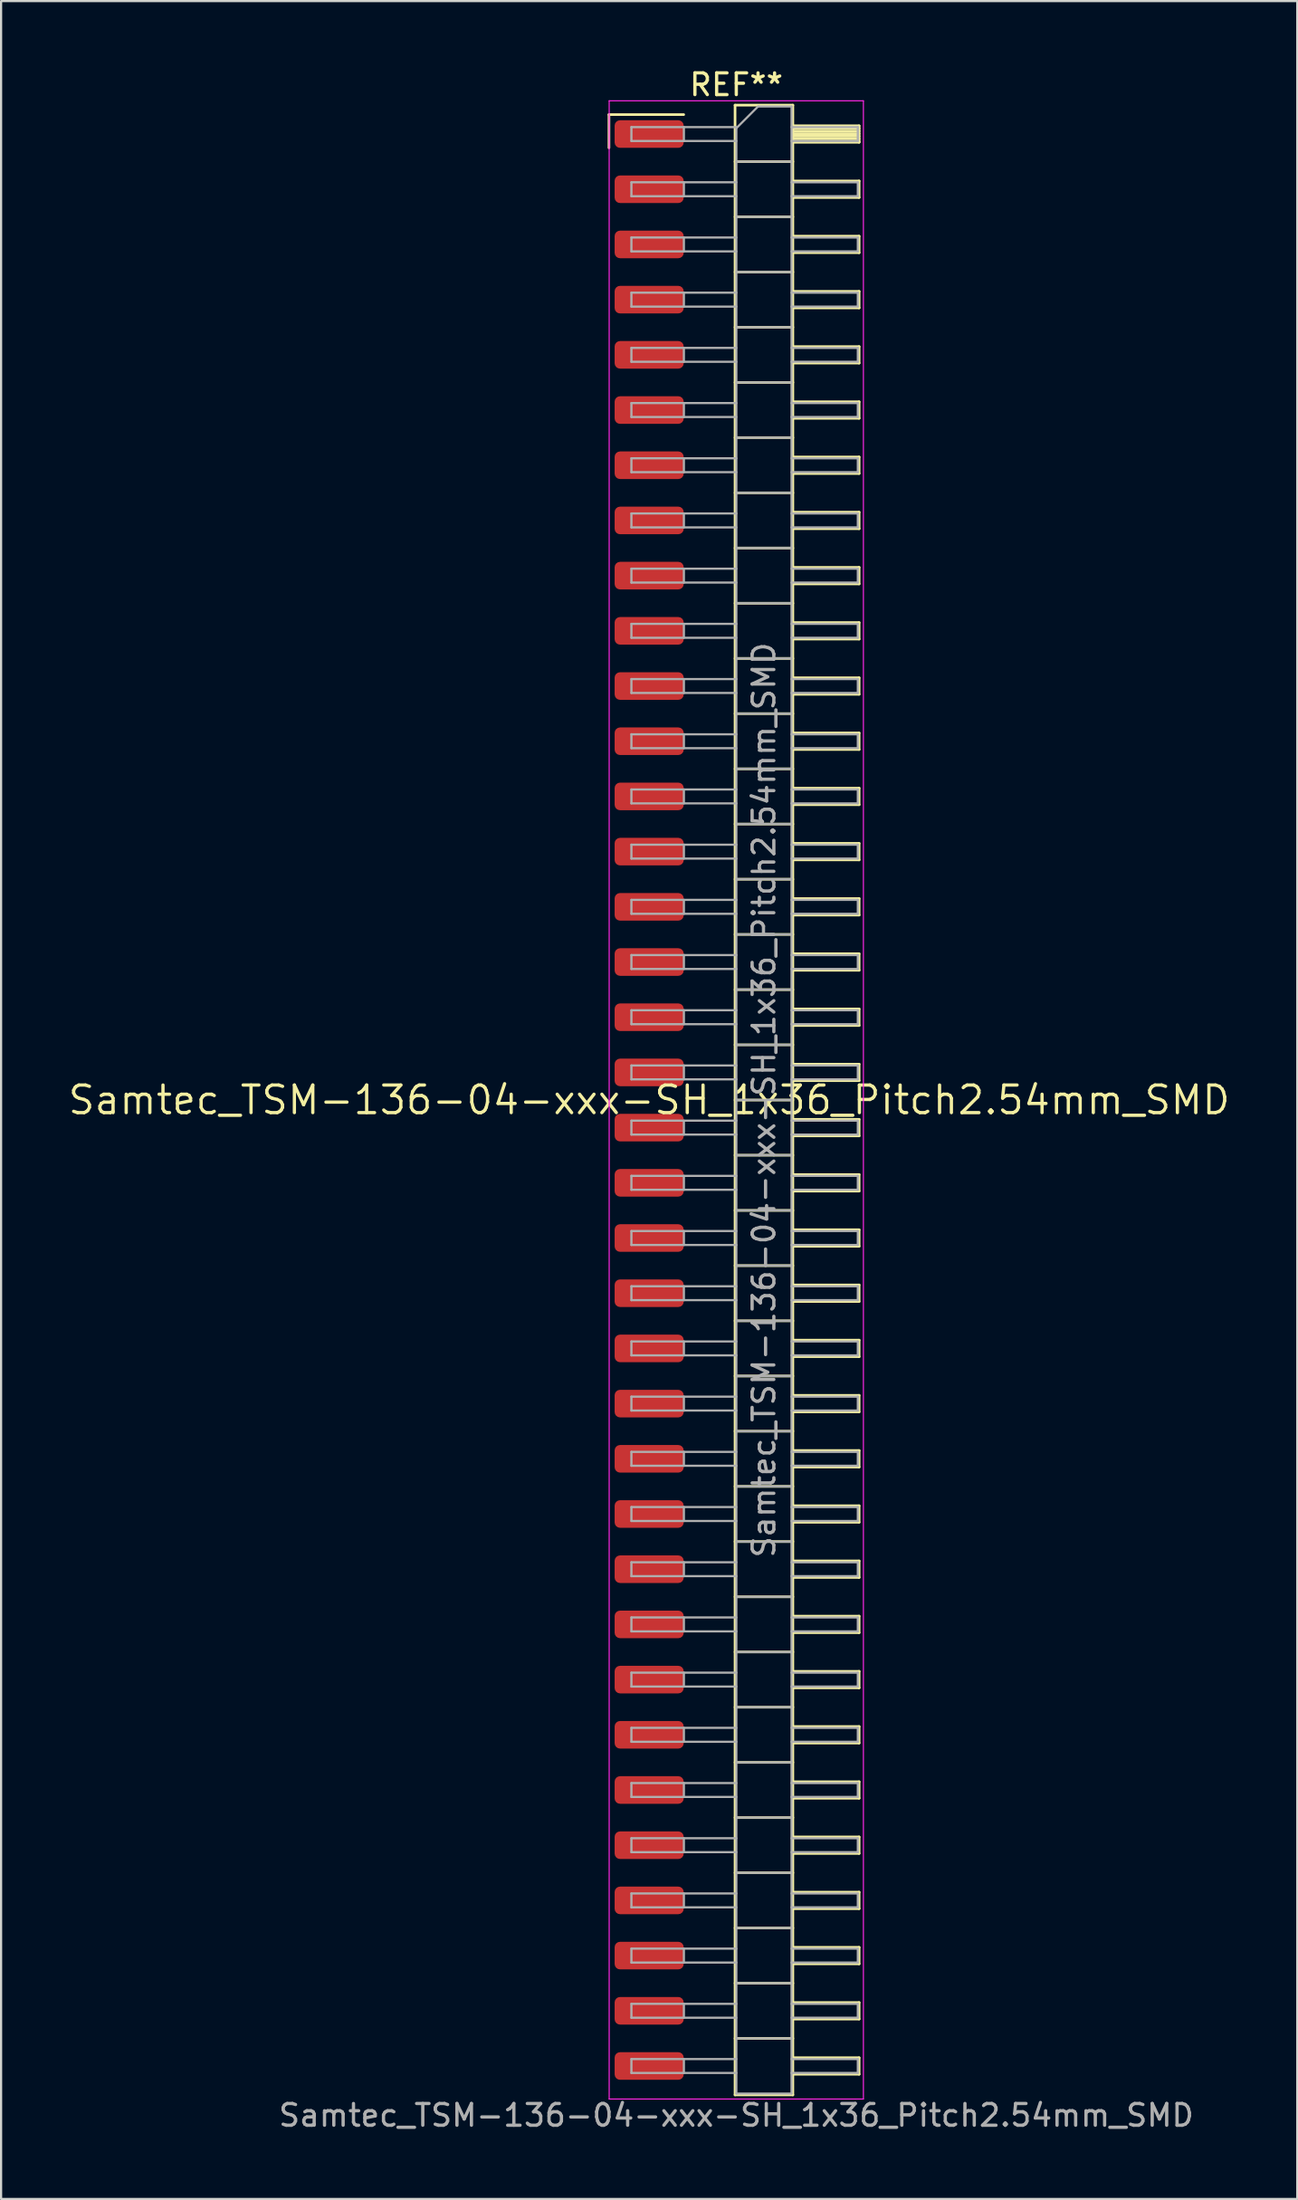
<source format=kicad_pcb>
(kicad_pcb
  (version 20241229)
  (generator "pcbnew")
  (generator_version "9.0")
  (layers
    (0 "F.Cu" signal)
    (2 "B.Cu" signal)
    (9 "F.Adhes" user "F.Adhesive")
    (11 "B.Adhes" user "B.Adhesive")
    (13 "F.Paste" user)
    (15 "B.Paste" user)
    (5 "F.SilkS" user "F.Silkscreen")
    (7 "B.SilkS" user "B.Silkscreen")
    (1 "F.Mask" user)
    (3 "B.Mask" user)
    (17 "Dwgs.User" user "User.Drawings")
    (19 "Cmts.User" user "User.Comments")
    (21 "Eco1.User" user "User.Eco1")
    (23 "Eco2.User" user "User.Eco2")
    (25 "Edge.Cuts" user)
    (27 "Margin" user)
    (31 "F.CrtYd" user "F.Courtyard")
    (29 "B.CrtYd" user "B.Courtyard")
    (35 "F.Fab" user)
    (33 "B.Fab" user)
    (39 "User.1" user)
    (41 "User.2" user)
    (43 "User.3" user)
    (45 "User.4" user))
  (footprint "Samtec_TSM-136-04-xxx-SH_1x36_Pitch2.54mm_SMD"
    (layer "F.Cu")
    (at 26.828 47.568)
    (property "Reference" "Samtec_TSM-136-04-xxx-SH_1x36_Pitch2.54mm_SMD" (at 0 0 0) (layer "F.SilkS") (effects (font (size 1.27 1.27) (thickness 0.15))))
    (attr smd)
    (fp_line (start -1.85 -45.345) (end 1.59 -45.345) (stroke (width 0.12) (type solid)) (layer "F.SilkS"))
    (fp_line (start -1.85 -43.815) (end -1.85 -45.345) (stroke (width 0.12) (type solid)) (layer "F.SilkS"))
    (fp_line (start 3.953 -45.78) (end 6.613 -45.78) (stroke (width 0.12) (type solid)) (layer "F.SilkS"))
    (fp_line (start 3.953 -43.18) (end 6.613 -43.18) (stroke (width 0.12) (type solid)) (layer "F.SilkS"))
    (fp_line (start 3.953 -40.64) (end 6.613 -40.64) (stroke (width 0.12) (type solid)) (layer "F.SilkS"))
    (fp_line (start 3.953 -38.1) (end 6.613 -38.1) (stroke (width 0.12) (type solid)) (layer "F.SilkS"))
    (fp_line (start 3.953 -35.56) (end 6.613 -35.56) (stroke (width 0.12) (type solid)) (layer "F.SilkS"))
    (fp_line (start 3.953 -33.02) (end 6.613 -33.02) (stroke (width 0.12) (type solid)) (layer "F.SilkS"))
    (fp_line (start 3.953 -30.48) (end 6.613 -30.48) (stroke (width 0.12) (type solid)) (layer "F.SilkS"))
    (fp_line (start 3.953 -27.94) (end 6.613 -27.94) (stroke (width 0.12) (type solid)) (layer "F.SilkS"))
    (fp_line (start 3.953 -25.4) (end 6.613 -25.4) (stroke (width 0.12) (type solid)) (layer "F.SilkS"))
    (fp_line (start 3.953 -22.86) (end 6.613 -22.86) (stroke (width 0.12) (type solid)) (layer "F.SilkS"))
    (fp_line (start 3.953 -20.32) (end 6.613 -20.32) (stroke (width 0.12) (type solid)) (layer "F.SilkS"))
    (fp_line (start 3.953 -17.78) (end 6.613 -17.78) (stroke (width 0.12) (type solid)) (layer "F.SilkS"))
    (fp_line (start 3.953 -15.24) (end 6.613 -15.24) (stroke (width 0.12) (type solid)) (layer "F.SilkS"))
    (fp_line (start 3.953 -12.7) (end 6.613 -12.7) (stroke (width 0.12) (type solid)) (layer "F.SilkS"))
    (fp_line (start 3.953 -10.16) (end 6.613 -10.16) (stroke (width 0.12) (type solid)) (layer "F.SilkS"))
    (fp_line (start 3.953 -7.62) (end 6.613 -7.62) (stroke (width 0.12) (type solid)) (layer "F.SilkS"))
    (fp_line (start 3.953 -5.08) (end 6.613 -5.08) (stroke (width 0.12) (type solid)) (layer "F.SilkS"))
    (fp_line (start 3.953 -2.54) (end 6.613 -2.54) (stroke (width 0.12) (type solid)) (layer "F.SilkS"))
    (fp_line (start 3.953 0) (end 6.613 0) (stroke (width 0.12) (type solid)) (layer "F.SilkS"))
    (fp_line (start 3.953 2.54) (end 6.613 2.54) (stroke (width 0.12) (type solid)) (layer "F.SilkS"))
    (fp_line (start 3.953 5.08) (end 6.613 5.08) (stroke (width 0.12) (type solid)) (layer "F.SilkS"))
    (fp_line (start 3.953 7.62) (end 6.613 7.62) (stroke (width 0.12) (type solid)) (layer "F.SilkS"))
    (fp_line (start 3.953 10.16) (end 6.613 10.16) (stroke (width 0.12) (type solid)) (layer "F.SilkS"))
    (fp_line (start 3.953 12.7) (end 6.613 12.7) (stroke (width 0.12) (type solid)) (layer "F.SilkS"))
    (fp_line (start 3.953 15.24) (end 6.613 15.24) (stroke (width 0.12) (type solid)) (layer "F.SilkS"))
    (fp_line (start 3.953 17.78) (end 6.613 17.78) (stroke (width 0.12) (type solid)) (layer "F.SilkS"))
    (fp_line (start 3.953 20.32) (end 6.613 20.32) (stroke (width 0.12) (type solid)) (layer "F.SilkS"))
    (fp_line (start 3.953 22.86) (end 6.613 22.86) (stroke (width 0.12) (type solid)) (layer "F.SilkS"))
    (fp_line (start 3.953 25.4) (end 6.613 25.4) (stroke (width 0.12) (type solid)) (layer "F.SilkS"))
    (fp_line (start 3.953 27.94) (end 6.613 27.94) (stroke (width 0.12) (type solid)) (layer "F.SilkS"))
    (fp_line (start 3.953 30.48) (end 6.613 30.48) (stroke (width 0.12) (type solid)) (layer "F.SilkS"))
    (fp_line (start 3.953 33.02) (end 6.613 33.02) (stroke (width 0.12) (type solid)) (layer "F.SilkS"))
    (fp_line (start 3.953 35.56) (end 6.613 35.56) (stroke (width 0.12) (type solid)) (layer "F.SilkS"))
    (fp_line (start 3.953 38.1) (end 6.613 38.1) (stroke (width 0.12) (type solid)) (layer "F.SilkS"))
    (fp_line (start 3.953 40.64) (end 6.613 40.64) (stroke (width 0.12) (type solid)) (layer "F.SilkS"))
    (fp_line (start 3.953 43.18) (end 6.613 43.18) (stroke (width 0.12) (type solid)) (layer "F.SilkS"))
    (fp_line (start 3.953 45.78) (end 3.953 -45.78) (stroke (width 0.12) (type solid)) (layer "F.SilkS"))
    (fp_line (start 6.613 -45.78) (end 6.613 45.78) (stroke (width 0.12) (type solid)) (layer "F.SilkS"))
    (fp_line (start 6.613 -44.83) (end 9.663 -44.83) (stroke (width 0.12) (type solid)) (layer "F.SilkS"))
    (fp_line (start 6.613 -44.71) (end 9.663 -44.71) (stroke (width 0.12) (type solid)) (layer "F.SilkS"))
    (fp_line (start 6.613 -44.59) (end 9.663 -44.59) (stroke (width 0.12) (type solid)) (layer "F.SilkS"))
    (fp_line (start 6.613 -44.47) (end 9.663 -44.47) (stroke (width 0.12) (type solid)) (layer "F.SilkS"))
    (fp_line (start 6.613 -44.35) (end 9.663 -44.35) (stroke (width 0.12) (type solid)) (layer "F.SilkS"))
    (fp_line (start 6.613 -44.23) (end 9.663 -44.23) (stroke (width 0.12) (type solid)) (layer "F.SilkS"))
    (fp_line (start 6.613 -44.11) (end 9.663 -44.11) (stroke (width 0.12) (type solid)) (layer "F.SilkS"))
    (fp_line (start 6.613 -44.07) (end 9.663 -44.07) (stroke (width 0.12) (type solid)) (layer "F.SilkS"))
    (fp_line (start 6.613 -42.29) (end 9.663 -42.29) (stroke (width 0.12) (type solid)) (layer "F.SilkS"))
    (fp_line (start 6.613 -41.53) (end 9.663 -41.53) (stroke (width 0.12) (type solid)) (layer "F.SilkS"))
    (fp_line (start 6.613 -39.75) (end 9.663 -39.75) (stroke (width 0.12) (type solid)) (layer "F.SilkS"))
    (fp_line (start 6.613 -38.99) (end 9.663 -38.99) (stroke (width 0.12) (type solid)) (layer "F.SilkS"))
    (fp_line (start 6.613 -37.21) (end 9.663 -37.21) (stroke (width 0.12) (type solid)) (layer "F.SilkS"))
    (fp_line (start 6.613 -36.45) (end 9.663 -36.45) (stroke (width 0.12) (type solid)) (layer "F.SilkS"))
    (fp_line (start 6.613 -34.67) (end 9.663 -34.67) (stroke (width 0.12) (type solid)) (layer "F.SilkS"))
    (fp_line (start 6.613 -33.91) (end 9.663 -33.91) (stroke (width 0.12) (type solid)) (layer "F.SilkS"))
    (fp_line (start 6.613 -32.13) (end 9.663 -32.13) (stroke (width 0.12) (type solid)) (layer "F.SilkS"))
    (fp_line (start 6.613 -31.37) (end 9.663 -31.37) (stroke (width 0.12) (type solid)) (layer "F.SilkS"))
    (fp_line (start 6.613 -29.59) (end 9.663 -29.59) (stroke (width 0.12) (type solid)) (layer "F.SilkS"))
    (fp_line (start 6.613 -28.83) (end 9.663 -28.83) (stroke (width 0.12) (type solid)) (layer "F.SilkS"))
    (fp_line (start 6.613 -27.05) (end 9.663 -27.05) (stroke (width 0.12) (type solid)) (layer "F.SilkS"))
    (fp_line (start 6.613 -26.29) (end 9.663 -26.29) (stroke (width 0.12) (type solid)) (layer "F.SilkS"))
    (fp_line (start 6.613 -24.51) (end 9.663 -24.51) (stroke (width 0.12) (type solid)) (layer "F.SilkS"))
    (fp_line (start 6.613 -23.75) (end 9.663 -23.75) (stroke (width 0.12) (type solid)) (layer "F.SilkS"))
    (fp_line (start 6.613 -21.97) (end 9.663 -21.97) (stroke (width 0.12) (type solid)) (layer "F.SilkS"))
    (fp_line (start 6.613 -21.21) (end 9.663 -21.21) (stroke (width 0.12) (type solid)) (layer "F.SilkS"))
    (fp_line (start 6.613 -19.43) (end 9.663 -19.43) (stroke (width 0.12) (type solid)) (layer "F.SilkS"))
    (fp_line (start 6.613 -18.67) (end 9.663 -18.67) (stroke (width 0.12) (type solid)) (layer "F.SilkS"))
    (fp_line (start 6.613 -16.89) (end 9.663 -16.89) (stroke (width 0.12) (type solid)) (layer "F.SilkS"))
    (fp_line (start 6.613 -16.13) (end 9.663 -16.13) (stroke (width 0.12) (type solid)) (layer "F.SilkS"))
    (fp_line (start 6.613 -14.35) (end 9.663 -14.35) (stroke (width 0.12) (type solid)) (layer "F.SilkS"))
    (fp_line (start 6.613 -13.59) (end 9.663 -13.59) (stroke (width 0.12) (type solid)) (layer "F.SilkS"))
    (fp_line (start 6.613 -11.81) (end 9.663 -11.81) (stroke (width 0.12) (type solid)) (layer "F.SilkS"))
    (fp_line (start 6.613 -11.05) (end 9.663 -11.05) (stroke (width 0.12) (type solid)) (layer "F.SilkS"))
    (fp_line (start 6.613 -9.27) (end 9.663 -9.27) (stroke (width 0.12) (type solid)) (layer "F.SilkS"))
    (fp_line (start 6.613 -8.51) (end 9.663 -8.51) (stroke (width 0.12) (type solid)) (layer "F.SilkS"))
    (fp_line (start 6.613 -6.73) (end 9.663 -6.73) (stroke (width 0.12) (type solid)) (layer "F.SilkS"))
    (fp_line (start 6.613 -5.97) (end 9.663 -5.97) (stroke (width 0.12) (type solid)) (layer "F.SilkS"))
    (fp_line (start 6.613 -4.19) (end 9.663 -4.19) (stroke (width 0.12) (type solid)) (layer "F.SilkS"))
    (fp_line (start 6.613 -3.43) (end 9.663 -3.43) (stroke (width 0.12) (type solid)) (layer "F.SilkS"))
    (fp_line (start 6.613 -1.65) (end 9.663 -1.65) (stroke (width 0.12) (type solid)) (layer "F.SilkS"))
    (fp_line (start 6.613 -0.89) (end 9.663 -0.89) (stroke (width 0.12) (type solid)) (layer "F.SilkS"))
    (fp_line (start 6.613 0.89) (end 9.663 0.89) (stroke (width 0.12) (type solid)) (layer "F.SilkS"))
    (fp_line (start 6.613 1.65) (end 9.663 1.65) (stroke (width 0.12) (type solid)) (layer "F.SilkS"))
    (fp_line (start 6.613 3.43) (end 9.663 3.43) (stroke (width 0.12) (type solid)) (layer "F.SilkS"))
    (fp_line (start 6.613 4.19) (end 9.663 4.19) (stroke (width 0.12) (type solid)) (layer "F.SilkS"))
    (fp_line (start 6.613 5.97) (end 9.663 5.97) (stroke (width 0.12) (type solid)) (layer "F.SilkS"))
    (fp_line (start 6.613 6.73) (end 9.663 6.73) (stroke (width 0.12) (type solid)) (layer "F.SilkS"))
    (fp_line (start 6.613 8.51) (end 9.663 8.51) (stroke (width 0.12) (type solid)) (layer "F.SilkS"))
    (fp_line (start 6.613 9.27) (end 9.663 9.27) (stroke (width 0.12) (type solid)) (layer "F.SilkS"))
    (fp_line (start 6.613 11.05) (end 9.663 11.05) (stroke (width 0.12) (type solid)) (layer "F.SilkS"))
    (fp_line (start 6.613 11.81) (end 9.663 11.81) (stroke (width 0.12) (type solid)) (layer "F.SilkS"))
    (fp_line (start 6.613 13.59) (end 9.663 13.59) (stroke (width 0.12) (type solid)) (layer "F.SilkS"))
    (fp_line (start 6.613 14.35) (end 9.663 14.35) (stroke (width 0.12) (type solid)) (layer "F.SilkS"))
    (fp_line (start 6.613 16.13) (end 9.663 16.13) (stroke (width 0.12) (type solid)) (layer "F.SilkS"))
    (fp_line (start 6.613 16.89) (end 9.663 16.89) (stroke (width 0.12) (type solid)) (layer "F.SilkS"))
    (fp_line (start 6.613 18.67) (end 9.663 18.67) (stroke (width 0.12) (type solid)) (layer "F.SilkS"))
    (fp_line (start 6.613 19.43) (end 9.663 19.43) (stroke (width 0.12) (type solid)) (layer "F.SilkS"))
    (fp_line (start 6.613 21.21) (end 9.663 21.21) (stroke (width 0.12) (type solid)) (layer "F.SilkS"))
    (fp_line (start 6.613 21.97) (end 9.663 21.97) (stroke (width 0.12) (type solid)) (layer "F.SilkS"))
    (fp_line (start 6.613 23.75) (end 9.663 23.75) (stroke (width 0.12) (type solid)) (layer "F.SilkS"))
    (fp_line (start 6.613 24.51) (end 9.663 24.51) (stroke (width 0.12) (type solid)) (layer "F.SilkS"))
    (fp_line (start 6.613 26.29) (end 9.663 26.29) (stroke (width 0.12) (type solid)) (layer "F.SilkS"))
    (fp_line (start 6.613 27.05) (end 9.663 27.05) (stroke (width 0.12) (type solid)) (layer "F.SilkS"))
    (fp_line (start 6.613 28.83) (end 9.663 28.83) (stroke (width 0.12) (type solid)) (layer "F.SilkS"))
    (fp_line (start 6.613 29.59) (end 9.663 29.59) (stroke (width 0.12) (type solid)) (layer "F.SilkS"))
    (fp_line (start 6.613 31.37) (end 9.663 31.37) (stroke (width 0.12) (type solid)) (layer "F.SilkS"))
    (fp_line (start 6.613 32.13) (end 9.663 32.13) (stroke (width 0.12) (type solid)) (layer "F.SilkS"))
    (fp_line (start 6.613 33.91) (end 9.663 33.91) (stroke (width 0.12) (type solid)) (layer "F.SilkS"))
    (fp_line (start 6.613 34.67) (end 9.663 34.67) (stroke (width 0.12) (type solid)) (layer "F.SilkS"))
    (fp_line (start 6.613 36.45) (end 9.663 36.45) (stroke (width 0.12) (type solid)) (layer "F.SilkS"))
    (fp_line (start 6.613 37.21) (end 9.663 37.21) (stroke (width 0.12) (type solid)) (layer "F.SilkS"))
    (fp_line (start 6.613 38.99) (end 9.663 38.99) (stroke (width 0.12) (type solid)) (layer "F.SilkS"))
    (fp_line (start 6.613 39.75) (end 9.663 39.75) (stroke (width 0.12) (type solid)) (layer "F.SilkS"))
    (fp_line (start 6.613 41.53) (end 9.663 41.53) (stroke (width 0.12) (type solid)) (layer "F.SilkS"))
    (fp_line (start 6.613 42.29) (end 9.663 42.29) (stroke (width 0.12) (type solid)) (layer "F.SilkS"))
    (fp_line (start 6.613 44.07) (end 9.663 44.07) (stroke (width 0.12) (type solid)) (layer "F.SilkS"))
    (fp_line (start 6.613 44.83) (end 9.663 44.83) (stroke (width 0.12) (type solid)) (layer "F.SilkS"))
    (fp_line (start 6.613 45.78) (end 3.953 45.78) (stroke (width 0.12) (type solid)) (layer "F.SilkS"))
    (fp_line (start 9.663 -44.83) (end 9.663 -44.07) (stroke (width 0.12) (type solid)) (layer "F.SilkS"))
    (fp_line (start 9.663 -42.29) (end 9.663 -41.53) (stroke (width 0.12) (type solid)) (layer "F.SilkS"))
    (fp_line (start 9.663 -39.75) (end 9.663 -38.99) (stroke (width 0.12) (type solid)) (layer "F.SilkS"))
    (fp_line (start 9.663 -37.21) (end 9.663 -36.45) (stroke (width 0.12) (type solid)) (layer "F.SilkS"))
    (fp_line (start 9.663 -34.67) (end 9.663 -33.91) (stroke (width 0.12) (type solid)) (layer "F.SilkS"))
    (fp_line (start 9.663 -32.13) (end 9.663 -31.37) (stroke (width 0.12) (type solid)) (layer "F.SilkS"))
    (fp_line (start 9.663 -29.59) (end 9.663 -28.83) (stroke (width 0.12) (type solid)) (layer "F.SilkS"))
    (fp_line (start 9.663 -27.05) (end 9.663 -26.29) (stroke (width 0.12) (type solid)) (layer "F.SilkS"))
    (fp_line (start 9.663 -24.51) (end 9.663 -23.75) (stroke (width 0.12) (type solid)) (layer "F.SilkS"))
    (fp_line (start 9.663 -21.97) (end 9.663 -21.21) (stroke (width 0.12) (type solid)) (layer "F.SilkS"))
    (fp_line (start 9.663 -19.43) (end 9.663 -18.67) (stroke (width 0.12) (type solid)) (layer "F.SilkS"))
    (fp_line (start 9.663 -16.89) (end 9.663 -16.13) (stroke (width 0.12) (type solid)) (layer "F.SilkS"))
    (fp_line (start 9.663 -14.35) (end 9.663 -13.59) (stroke (width 0.12) (type solid)) (layer "F.SilkS"))
    (fp_line (start 9.663 -11.81) (end 9.663 -11.05) (stroke (width 0.12) (type solid)) (layer "F.SilkS"))
    (fp_line (start 9.663 -9.27) (end 9.663 -8.51) (stroke (width 0.12) (type solid)) (layer "F.SilkS"))
    (fp_line (start 9.663 -6.73) (end 9.663 -5.97) (stroke (width 0.12) (type solid)) (layer "F.SilkS"))
    (fp_line (start 9.663 -4.19) (end 9.663 -3.43) (stroke (width 0.12) (type solid)) (layer "F.SilkS"))
    (fp_line (start 9.663 -1.65) (end 9.663 -0.89) (stroke (width 0.12) (type solid)) (layer "F.SilkS"))
    (fp_line (start 9.663 0.89) (end 9.663 1.65) (stroke (width 0.12) (type solid)) (layer "F.SilkS"))
    (fp_line (start 9.663 3.43) (end 9.663 4.19) (stroke (width 0.12) (type solid)) (layer "F.SilkS"))
    (fp_line (start 9.663 5.97) (end 9.663 6.73) (stroke (width 0.12) (type solid)) (layer "F.SilkS"))
    (fp_line (start 9.663 8.51) (end 9.663 9.27) (stroke (width 0.12) (type solid)) (layer "F.SilkS"))
    (fp_line (start 9.663 11.05) (end 9.663 11.81) (stroke (width 0.12) (type solid)) (layer "F.SilkS"))
    (fp_line (start 9.663 13.59) (end 9.663 14.35) (stroke (width 0.12) (type solid)) (layer "F.SilkS"))
    (fp_line (start 9.663 16.13) (end 9.663 16.89) (stroke (width 0.12) (type solid)) (layer "F.SilkS"))
    (fp_line (start 9.663 18.67) (end 9.663 19.43) (stroke (width 0.12) (type solid)) (layer "F.SilkS"))
    (fp_line (start 9.663 21.21) (end 9.663 21.97) (stroke (width 0.12) (type solid)) (layer "F.SilkS"))
    (fp_line (start 9.663 23.75) (end 9.663 24.51) (stroke (width 0.12) (type solid)) (layer "F.SilkS"))
    (fp_line (start 9.663 26.29) (end 9.663 27.05) (stroke (width 0.12) (type solid)) (layer "F.SilkS"))
    (fp_line (start 9.663 28.83) (end 9.663 29.59) (stroke (width 0.12) (type solid)) (layer "F.SilkS"))
    (fp_line (start 9.663 31.37) (end 9.663 32.13) (stroke (width 0.12) (type solid)) (layer "F.SilkS"))
    (fp_line (start 9.663 33.91) (end 9.663 34.67) (stroke (width 0.12) (type solid)) (layer "F.SilkS"))
    (fp_line (start 9.663 36.45) (end 9.663 37.21) (stroke (width 0.12) (type solid)) (layer "F.SilkS"))
    (fp_line (start 9.663 38.99) (end 9.663 39.75) (stroke (width 0.12) (type solid)) (layer "F.SilkS"))
    (fp_line (start 9.663 41.53) (end 9.663 42.29) (stroke (width 0.12) (type solid)) (layer "F.SilkS"))
    (fp_line (start 9.663 44.07) (end 9.663 44.83) (stroke (width 0.12) (type solid)) (layer "F.SilkS"))
    (fp_line (start -1.84 -45.98) (end 9.86 -45.98) (stroke (width 0.05) (type solid)) (layer "F.CrtYd"))
    (fp_line (start -1.84 45.97) (end -1.84 -45.98) (stroke (width 0.05) (type solid)) (layer "F.CrtYd"))
    (fp_line (start 9.86 -45.98) (end 9.86 45.97) (stroke (width 0.05) (type solid)) (layer "F.CrtYd"))
    (fp_line (start 9.86 45.97) (end -1.84 45.97) (stroke (width 0.05) (type solid)) (layer "F.CrtYd"))
    (fp_line (start -0.817 -44.77) (end -0.817 -44.13) (stroke (width 0.1) (type solid)) (layer "F.Fab"))
    (fp_line (start -0.817 -44.77) (end 4.013 -44.77) (stroke (width 0.1) (type solid)) (layer "F.Fab"))
    (fp_line (start -0.817 -44.13) (end 4.013 -44.13) (stroke (width 0.1) (type solid)) (layer "F.Fab"))
    (fp_line (start -0.817 -42.23) (end -0.817 -41.59) (stroke (width 0.1) (type solid)) (layer "F.Fab"))
    (fp_line (start -0.817 -42.23) (end 4.013 -42.23) (stroke (width 0.1) (type solid)) (layer "F.Fab"))
    (fp_line (start -0.817 -41.59) (end 4.013 -41.59) (stroke (width 0.1) (type solid)) (layer "F.Fab"))
    (fp_line (start -0.817 -39.69) (end -0.817 -39.05) (stroke (width 0.1) (type solid)) (layer "F.Fab"))
    (fp_line (start -0.817 -39.69) (end 4.013 -39.69) (stroke (width 0.1) (type solid)) (layer "F.Fab"))
    (fp_line (start -0.817 -39.05) (end 4.013 -39.05) (stroke (width 0.1) (type solid)) (layer "F.Fab"))
    (fp_line (start -0.817 -37.15) (end -0.817 -36.51) (stroke (width 0.1) (type solid)) (layer "F.Fab"))
    (fp_line (start -0.817 -37.15) (end 4.013 -37.15) (stroke (width 0.1) (type solid)) (layer "F.Fab"))
    (fp_line (start -0.817 -36.51) (end 4.013 -36.51) (stroke (width 0.1) (type solid)) (layer "F.Fab"))
    (fp_line (start -0.817 -34.61) (end -0.817 -33.97) (stroke (width 0.1) (type solid)) (layer "F.Fab"))
    (fp_line (start -0.817 -34.61) (end 4.013 -34.61) (stroke (width 0.1) (type solid)) (layer "F.Fab"))
    (fp_line (start -0.817 -33.97) (end 4.013 -33.97) (stroke (width 0.1) (type solid)) (layer "F.Fab"))
    (fp_line (start -0.817 -32.07) (end -0.817 -31.43) (stroke (width 0.1) (type solid)) (layer "F.Fab"))
    (fp_line (start -0.817 -32.07) (end 4.013 -32.07) (stroke (width 0.1) (type solid)) (layer "F.Fab"))
    (fp_line (start -0.817 -31.43) (end 4.013 -31.43) (stroke (width 0.1) (type solid)) (layer "F.Fab"))
    (fp_line (start -0.817 -29.53) (end -0.817 -28.89) (stroke (width 0.1) (type solid)) (layer "F.Fab"))
    (fp_line (start -0.817 -29.53) (end 4.013 -29.53) (stroke (width 0.1) (type solid)) (layer "F.Fab"))
    (fp_line (start -0.817 -28.89) (end 4.013 -28.89) (stroke (width 0.1) (type solid)) (layer "F.Fab"))
    (fp_line (start -0.817 -26.99) (end -0.817 -26.35) (stroke (width 0.1) (type solid)) (layer "F.Fab"))
    (fp_line (start -0.817 -26.99) (end 4.013 -26.99) (stroke (width 0.1) (type solid)) (layer "F.Fab"))
    (fp_line (start -0.817 -26.35) (end 4.013 -26.35) (stroke (width 0.1) (type solid)) (layer "F.Fab"))
    (fp_line (start -0.817 -24.45) (end -0.817 -23.81) (stroke (width 0.1) (type solid)) (layer "F.Fab"))
    (fp_line (start -0.817 -24.45) (end 4.013 -24.45) (stroke (width 0.1) (type solid)) (layer "F.Fab"))
    (fp_line (start -0.817 -23.81) (end 4.013 -23.81) (stroke (width 0.1) (type solid)) (layer "F.Fab"))
    (fp_line (start -0.817 -21.91) (end -0.817 -21.27) (stroke (width 0.1) (type solid)) (layer "F.Fab"))
    (fp_line (start -0.817 -21.91) (end 4.013 -21.91) (stroke (width 0.1) (type solid)) (layer "F.Fab"))
    (fp_line (start -0.817 -21.27) (end 4.013 -21.27) (stroke (width 0.1) (type solid)) (layer "F.Fab"))
    (fp_line (start -0.817 -19.37) (end -0.817 -18.73) (stroke (width 0.1) (type solid)) (layer "F.Fab"))
    (fp_line (start -0.817 -19.37) (end 4.013 -19.37) (stroke (width 0.1) (type solid)) (layer "F.Fab"))
    (fp_line (start -0.817 -18.73) (end 4.013 -18.73) (stroke (width 0.1) (type solid)) (layer "F.Fab"))
    (fp_line (start -0.817 -16.83) (end -0.817 -16.19) (stroke (width 0.1) (type solid)) (layer "F.Fab"))
    (fp_line (start -0.817 -16.83) (end 4.013 -16.83) (stroke (width 0.1) (type solid)) (layer "F.Fab"))
    (fp_line (start -0.817 -16.19) (end 4.013 -16.19) (stroke (width 0.1) (type solid)) (layer "F.Fab"))
    (fp_line (start -0.817 -14.29) (end -0.817 -13.65) (stroke (width 0.1) (type solid)) (layer "F.Fab"))
    (fp_line (start -0.817 -14.29) (end 4.013 -14.29) (stroke (width 0.1) (type solid)) (layer "F.Fab"))
    (fp_line (start -0.817 -13.65) (end 4.013 -13.65) (stroke (width 0.1) (type solid)) (layer "F.Fab"))
    (fp_line (start -0.817 -11.75) (end -0.817 -11.11) (stroke (width 0.1) (type solid)) (layer "F.Fab"))
    (fp_line (start -0.817 -11.75) (end 4.013 -11.75) (stroke (width 0.1) (type solid)) (layer "F.Fab"))
    (fp_line (start -0.817 -11.11) (end 4.013 -11.11) (stroke (width 0.1) (type solid)) (layer "F.Fab"))
    (fp_line (start -0.817 -9.21) (end -0.817 -8.57) (stroke (width 0.1) (type solid)) (layer "F.Fab"))
    (fp_line (start -0.817 -9.21) (end 4.013 -9.21) (stroke (width 0.1) (type solid)) (layer "F.Fab"))
    (fp_line (start -0.817 -8.57) (end 4.013 -8.57) (stroke (width 0.1) (type solid)) (layer "F.Fab"))
    (fp_line (start -0.817 -6.67) (end -0.817 -6.03) (stroke (width 0.1) (type solid)) (layer "F.Fab"))
    (fp_line (start -0.817 -6.67) (end 4.013 -6.67) (stroke (width 0.1) (type solid)) (layer "F.Fab"))
    (fp_line (start -0.817 -6.03) (end 4.013 -6.03) (stroke (width 0.1) (type solid)) (layer "F.Fab"))
    (fp_line (start -0.817 -4.13) (end -0.817 -3.49) (stroke (width 0.1) (type solid)) (layer "F.Fab"))
    (fp_line (start -0.817 -4.13) (end 4.013 -4.13) (stroke (width 0.1) (type solid)) (layer "F.Fab"))
    (fp_line (start -0.817 -3.49) (end 4.013 -3.49) (stroke (width 0.1) (type solid)) (layer "F.Fab"))
    (fp_line (start -0.817 -1.59) (end -0.817 -0.95) (stroke (width 0.1) (type solid)) (layer "F.Fab"))
    (fp_line (start -0.817 -1.59) (end 4.013 -1.59) (stroke (width 0.1) (type solid)) (layer "F.Fab"))
    (fp_line (start -0.817 -0.95) (end 4.013 -0.95) (stroke (width 0.1) (type solid)) (layer "F.Fab"))
    (fp_line (start -0.817 0.95) (end -0.817 1.59) (stroke (width 0.1) (type solid)) (layer "F.Fab"))
    (fp_line (start -0.817 0.95) (end 4.013 0.95) (stroke (width 0.1) (type solid)) (layer "F.Fab"))
    (fp_line (start -0.817 1.59) (end 4.013 1.59) (stroke (width 0.1) (type solid)) (layer "F.Fab"))
    (fp_line (start -0.817 3.49) (end -0.817 4.13) (stroke (width 0.1) (type solid)) (layer "F.Fab"))
    (fp_line (start -0.817 3.49) (end 4.013 3.49) (stroke (width 0.1) (type solid)) (layer "F.Fab"))
    (fp_line (start -0.817 4.13) (end 4.013 4.13) (stroke (width 0.1) (type solid)) (layer "F.Fab"))
    (fp_line (start -0.817 6.03) (end -0.817 6.67) (stroke (width 0.1) (type solid)) (layer "F.Fab"))
    (fp_line (start -0.817 6.03) (end 4.013 6.03) (stroke (width 0.1) (type solid)) (layer "F.Fab"))
    (fp_line (start -0.817 6.67) (end 4.013 6.67) (stroke (width 0.1) (type solid)) (layer "F.Fab"))
    (fp_line (start -0.817 8.57) (end -0.817 9.21) (stroke (width 0.1) (type solid)) (layer "F.Fab"))
    (fp_line (start -0.817 8.57) (end 4.013 8.57) (stroke (width 0.1) (type solid)) (layer "F.Fab"))
    (fp_line (start -0.817 9.21) (end 4.013 9.21) (stroke (width 0.1) (type solid)) (layer "F.Fab"))
    (fp_line (start -0.817 11.11) (end -0.817 11.75) (stroke (width 0.1) (type solid)) (layer "F.Fab"))
    (fp_line (start -0.817 11.11) (end 4.013 11.11) (stroke (width 0.1) (type solid)) (layer "F.Fab"))
    (fp_line (start -0.817 11.75) (end 4.013 11.75) (stroke (width 0.1) (type solid)) (layer "F.Fab"))
    (fp_line (start -0.817 13.65) (end -0.817 14.29) (stroke (width 0.1) (type solid)) (layer "F.Fab"))
    (fp_line (start -0.817 13.65) (end 4.013 13.65) (stroke (width 0.1) (type solid)) (layer "F.Fab"))
    (fp_line (start -0.817 14.29) (end 4.013 14.29) (stroke (width 0.1) (type solid)) (layer "F.Fab"))
    (fp_line (start -0.817 16.19) (end -0.817 16.83) (stroke (width 0.1) (type solid)) (layer "F.Fab"))
    (fp_line (start -0.817 16.19) (end 4.013 16.19) (stroke (width 0.1) (type solid)) (layer "F.Fab"))
    (fp_line (start -0.817 16.83) (end 4.013 16.83) (stroke (width 0.1) (type solid)) (layer "F.Fab"))
    (fp_line (start -0.817 18.73) (end -0.817 19.37) (stroke (width 0.1) (type solid)) (layer "F.Fab"))
    (fp_line (start -0.817 18.73) (end 4.013 18.73) (stroke (width 0.1) (type solid)) (layer "F.Fab"))
    (fp_line (start -0.817 19.37) (end 4.013 19.37) (stroke (width 0.1) (type solid)) (layer "F.Fab"))
    (fp_line (start -0.817 21.27) (end -0.817 21.91) (stroke (width 0.1) (type solid)) (layer "F.Fab"))
    (fp_line (start -0.817 21.27) (end 4.013 21.27) (stroke (width 0.1) (type solid)) (layer "F.Fab"))
    (fp_line (start -0.817 21.91) (end 4.013 21.91) (stroke (width 0.1) (type solid)) (layer "F.Fab"))
    (fp_line (start -0.817 23.81) (end -0.817 24.45) (stroke (width 0.1) (type solid)) (layer "F.Fab"))
    (fp_line (start -0.817 23.81) (end 4.013 23.81) (stroke (width 0.1) (type solid)) (layer "F.Fab"))
    (fp_line (start -0.817 24.45) (end 4.013 24.45) (stroke (width 0.1) (type solid)) (layer "F.Fab"))
    (fp_line (start -0.817 26.35) (end -0.817 26.99) (stroke (width 0.1) (type solid)) (layer "F.Fab"))
    (fp_line (start -0.817 26.35) (end 4.013 26.35) (stroke (width 0.1) (type solid)) (layer "F.Fab"))
    (fp_line (start -0.817 26.99) (end 4.013 26.99) (stroke (width 0.1) (type solid)) (layer "F.Fab"))
    (fp_line (start -0.817 28.89) (end -0.817 29.53) (stroke (width 0.1) (type solid)) (layer "F.Fab"))
    (fp_line (start -0.817 28.89) (end 4.013 28.89) (stroke (width 0.1) (type solid)) (layer "F.Fab"))
    (fp_line (start -0.817 29.53) (end 4.013 29.53) (stroke (width 0.1) (type solid)) (layer "F.Fab"))
    (fp_line (start -0.817 31.43) (end -0.817 32.07) (stroke (width 0.1) (type solid)) (layer "F.Fab"))
    (fp_line (start -0.817 31.43) (end 4.013 31.43) (stroke (width 0.1) (type solid)) (layer "F.Fab"))
    (fp_line (start -0.817 32.07) (end 4.013 32.07) (stroke (width 0.1) (type solid)) (layer "F.Fab"))
    (fp_line (start -0.817 33.97) (end -0.817 34.61) (stroke (width 0.1) (type solid)) (layer "F.Fab"))
    (fp_line (start -0.817 33.97) (end 4.013 33.97) (stroke (width 0.1) (type solid)) (layer "F.Fab"))
    (fp_line (start -0.817 34.61) (end 4.013 34.61) (stroke (width 0.1) (type solid)) (layer "F.Fab"))
    (fp_line (start -0.817 36.51) (end -0.817 37.15) (stroke (width 0.1) (type solid)) (layer "F.Fab"))
    (fp_line (start -0.817 36.51) (end 4.013 36.51) (stroke (width 0.1) (type solid)) (layer "F.Fab"))
    (fp_line (start -0.817 37.15) (end 4.013 37.15) (stroke (width 0.1) (type solid)) (layer "F.Fab"))
    (fp_line (start -0.817 39.05) (end -0.817 39.69) (stroke (width 0.1) (type solid)) (layer "F.Fab"))
    (fp_line (start -0.817 39.05) (end 4.013 39.05) (stroke (width 0.1) (type solid)) (layer "F.Fab"))
    (fp_line (start -0.817 39.69) (end 4.013 39.69) (stroke (width 0.1) (type solid)) (layer "F.Fab"))
    (fp_line (start -0.817 41.59) (end -0.817 42.23) (stroke (width 0.1) (type solid)) (layer "F.Fab"))
    (fp_line (start -0.817 41.59) (end 4.013 41.59) (stroke (width 0.1) (type solid)) (layer "F.Fab"))
    (fp_line (start -0.817 42.23) (end 4.013 42.23) (stroke (width 0.1) (type solid)) (layer "F.Fab"))
    (fp_line (start -0.817 44.13) (end -0.817 44.77) (stroke (width 0.1) (type solid)) (layer "F.Fab"))
    (fp_line (start -0.817 44.13) (end 4.013 44.13) (stroke (width 0.1) (type solid)) (layer "F.Fab"))
    (fp_line (start -0.817 44.77) (end 4.013 44.77) (stroke (width 0.1) (type solid)) (layer "F.Fab"))
    (fp_line (start 1.598 -44.77) (end 1.598 -44.13) (stroke (width 0.1) (type solid)) (layer "F.Fab"))
    (fp_line (start 1.598 -42.23) (end 1.598 -41.59) (stroke (width 0.1) (type solid)) (layer "F.Fab"))
    (fp_line (start 1.598 -39.69) (end 1.598 -39.05) (stroke (width 0.1) (type solid)) (layer "F.Fab"))
    (fp_line (start 1.598 -37.15) (end 1.598 -36.51) (stroke (width 0.1) (type solid)) (layer "F.Fab"))
    (fp_line (start 1.598 -34.61) (end 1.598 -33.97) (stroke (width 0.1) (type solid)) (layer "F.Fab"))
    (fp_line (start 1.598 -32.07) (end 1.598 -31.43) (stroke (width 0.1) (type solid)) (layer "F.Fab"))
    (fp_line (start 1.598 -29.53) (end 1.598 -28.89) (stroke (width 0.1) (type solid)) (layer "F.Fab"))
    (fp_line (start 1.598 -26.99) (end 1.598 -26.35) (stroke (width 0.1) (type solid)) (layer "F.Fab"))
    (fp_line (start 1.598 -24.45) (end 1.598 -23.81) (stroke (width 0.1) (type solid)) (layer "F.Fab"))
    (fp_line (start 1.598 -21.91) (end 1.598 -21.27) (stroke (width 0.1) (type solid)) (layer "F.Fab"))
    (fp_line (start 1.598 -19.37) (end 1.598 -18.73) (stroke (width 0.1) (type solid)) (layer "F.Fab"))
    (fp_line (start 1.598 -16.83) (end 1.598 -16.19) (stroke (width 0.1) (type solid)) (layer "F.Fab"))
    (fp_line (start 1.598 -14.29) (end 1.598 -13.65) (stroke (width 0.1) (type solid)) (layer "F.Fab"))
    (fp_line (start 1.598 -11.75) (end 1.598 -11.11) (stroke (width 0.1) (type solid)) (layer "F.Fab"))
    (fp_line (start 1.598 -9.21) (end 1.598 -8.57) (stroke (width 0.1) (type solid)) (layer "F.Fab"))
    (fp_line (start 1.598 -6.67) (end 1.598 -6.03) (stroke (width 0.1) (type solid)) (layer "F.Fab"))
    (fp_line (start 1.598 -4.13) (end 1.598 -3.49) (stroke (width 0.1) (type solid)) (layer "F.Fab"))
    (fp_line (start 1.598 -1.59) (end 1.598 -0.95) (stroke (width 0.1) (type solid)) (layer "F.Fab"))
    (fp_line (start 1.598 0.95) (end 1.598 1.59) (stroke (width 0.1) (type solid)) (layer "F.Fab"))
    (fp_line (start 1.598 3.49) (end 1.598 4.13) (stroke (width 0.1) (type solid)) (layer "F.Fab"))
    (fp_line (start 1.598 6.03) (end 1.598 6.67) (stroke (width 0.1) (type solid)) (layer "F.Fab"))
    (fp_line (start 1.598 8.57) (end 1.598 9.21) (stroke (width 0.1) (type solid)) (layer "F.Fab"))
    (fp_line (start 1.598 11.11) (end 1.598 11.75) (stroke (width 0.1) (type solid)) (layer "F.Fab"))
    (fp_line (start 1.598 13.65) (end 1.598 14.29) (stroke (width 0.1) (type solid)) (layer "F.Fab"))
    (fp_line (start 1.598 16.19) (end 1.598 16.83) (stroke (width 0.1) (type solid)) (layer "F.Fab"))
    (fp_line (start 1.598 18.73) (end 1.598 19.37) (stroke (width 0.1) (type solid)) (layer "F.Fab"))
    (fp_line (start 1.598 21.27) (end 1.598 21.91) (stroke (width 0.1) (type solid)) (layer "F.Fab"))
    (fp_line (start 1.598 23.81) (end 1.598 24.45) (stroke (width 0.1) (type solid)) (layer "F.Fab"))
    (fp_line (start 1.598 26.35) (end 1.598 26.99) (stroke (width 0.1) (type solid)) (layer "F.Fab"))
    (fp_line (start 1.598 28.89) (end 1.598 29.53) (stroke (width 0.1) (type solid)) (layer "F.Fab"))
    (fp_line (start 1.598 31.43) (end 1.598 32.07) (stroke (width 0.1) (type solid)) (layer "F.Fab"))
    (fp_line (start 1.598 33.97) (end 1.598 34.61) (stroke (width 0.1) (type solid)) (layer "F.Fab"))
    (fp_line (start 1.598 36.51) (end 1.598 37.15) (stroke (width 0.1) (type solid)) (layer "F.Fab"))
    (fp_line (start 1.598 39.05) (end 1.598 39.69) (stroke (width 0.1) (type solid)) (layer "F.Fab"))
    (fp_line (start 1.598 41.59) (end 1.598 42.23) (stroke (width 0.1) (type solid)) (layer "F.Fab"))
    (fp_line (start 1.598 44.13) (end 1.598 44.77) (stroke (width 0.1) (type solid)) (layer "F.Fab"))
    (fp_line (start 4.013 -44.72) (end 5.013 -45.72) (stroke (width 0.1) (type solid)) (layer "F.Fab"))
    (fp_line (start 4.013 -43.18) (end 6.553 -43.18) (stroke (width 0.1) (type solid)) (layer "F.Fab"))
    (fp_line (start 4.013 -40.64) (end 6.553 -40.64) (stroke (width 0.1) (type solid)) (layer "F.Fab"))
    (fp_line (start 4.013 -38.1) (end 6.553 -38.1) (stroke (width 0.1) (type solid)) (layer "F.Fab"))
    (fp_line (start 4.013 -35.56) (end 6.553 -35.56) (stroke (width 0.1) (type solid)) (layer "F.Fab"))
    (fp_line (start 4.013 -33.02) (end 6.553 -33.02) (stroke (width 0.1) (type solid)) (layer "F.Fab"))
    (fp_line (start 4.013 -30.48) (end 6.553 -30.48) (stroke (width 0.1) (type solid)) (layer "F.Fab"))
    (fp_line (start 4.013 -27.94) (end 6.553 -27.94) (stroke (width 0.1) (type solid)) (layer "F.Fab"))
    (fp_line (start 4.013 -25.4) (end 6.553 -25.4) (stroke (width 0.1) (type solid)) (layer "F.Fab"))
    (fp_line (start 4.013 -22.86) (end 6.553 -22.86) (stroke (width 0.1) (type solid)) (layer "F.Fab"))
    (fp_line (start 4.013 -20.32) (end 6.553 -20.32) (stroke (width 0.1) (type solid)) (layer "F.Fab"))
    (fp_line (start 4.013 -17.78) (end 6.553 -17.78) (stroke (width 0.1) (type solid)) (layer "F.Fab"))
    (fp_line (start 4.013 -15.24) (end 6.553 -15.24) (stroke (width 0.1) (type solid)) (layer "F.Fab"))
    (fp_line (start 4.013 -12.7) (end 6.553 -12.7) (stroke (width 0.1) (type solid)) (layer "F.Fab"))
    (fp_line (start 4.013 -10.16) (end 6.553 -10.16) (stroke (width 0.1) (type solid)) (layer "F.Fab"))
    (fp_line (start 4.013 -7.62) (end 6.553 -7.62) (stroke (width 0.1) (type solid)) (layer "F.Fab"))
    (fp_line (start 4.013 -5.08) (end 6.553 -5.08) (stroke (width 0.1) (type solid)) (layer "F.Fab"))
    (fp_line (start 4.013 -2.54) (end 6.553 -2.54) (stroke (width 0.1) (type solid)) (layer "F.Fab"))
    (fp_line (start 4.013 0) (end 6.553 0) (stroke (width 0.1) (type solid)) (layer "F.Fab"))
    (fp_line (start 4.013 2.54) (end 6.553 2.54) (stroke (width 0.1) (type solid)) (layer "F.Fab"))
    (fp_line (start 4.013 5.08) (end 6.553 5.08) (stroke (width 0.1) (type solid)) (layer "F.Fab"))
    (fp_line (start 4.013 7.62) (end 6.553 7.62) (stroke (width 0.1) (type solid)) (layer "F.Fab"))
    (fp_line (start 4.013 10.16) (end 6.553 10.16) (stroke (width 0.1) (type solid)) (layer "F.Fab"))
    (fp_line (start 4.013 12.7) (end 6.553 12.7) (stroke (width 0.1) (type solid)) (layer "F.Fab"))
    (fp_line (start 4.013 15.24) (end 6.553 15.24) (stroke (width 0.1) (type solid)) (layer "F.Fab"))
    (fp_line (start 4.013 17.78) (end 6.553 17.78) (stroke (width 0.1) (type solid)) (layer "F.Fab"))
    (fp_line (start 4.013 20.32) (end 6.553 20.32) (stroke (width 0.1) (type solid)) (layer "F.Fab"))
    (fp_line (start 4.013 22.86) (end 6.553 22.86) (stroke (width 0.1) (type solid)) (layer "F.Fab"))
    (fp_line (start 4.013 25.4) (end 6.553 25.4) (stroke (width 0.1) (type solid)) (layer "F.Fab"))
    (fp_line (start 4.013 27.94) (end 6.553 27.94) (stroke (width 0.1) (type solid)) (layer "F.Fab"))
    (fp_line (start 4.013 30.48) (end 6.553 30.48) (stroke (width 0.1) (type solid)) (layer "F.Fab"))
    (fp_line (start 4.013 33.02) (end 6.553 33.02) (stroke (width 0.1) (type solid)) (layer "F.Fab"))
    (fp_line (start 4.013 35.56) (end 6.553 35.56) (stroke (width 0.1) (type solid)) (layer "F.Fab"))
    (fp_line (start 4.013 38.1) (end 6.553 38.1) (stroke (width 0.1) (type solid)) (layer "F.Fab"))
    (fp_line (start 4.013 40.64) (end 6.553 40.64) (stroke (width 0.1) (type solid)) (layer "F.Fab"))
    (fp_line (start 4.013 43.18) (end 6.553 43.18) (stroke (width 0.1) (type solid)) (layer "F.Fab"))
    (fp_line (start 4.013 45.72) (end 4.013 -44.72) (stroke (width 0.1) (type solid)) (layer "F.Fab"))
    (fp_line (start 5.013 -45.72) (end 6.553 -45.72) (stroke (width 0.1) (type solid)) (layer "F.Fab"))
    (fp_line (start 6.553 -45.72) (end 6.553 45.72) (stroke (width 0.1) (type solid)) (layer "F.Fab"))
    (fp_line (start 6.553 -44.77) (end 9.603 -44.77) (stroke (width 0.1) (type solid)) (layer "F.Fab"))
    (fp_line (start 6.553 -44.13) (end 9.603 -44.13) (stroke (width 0.1) (type solid)) (layer "F.Fab"))
    (fp_line (start 6.553 -42.23) (end 9.603 -42.23) (stroke (width 0.1) (type solid)) (layer "F.Fab"))
    (fp_line (start 6.553 -41.59) (end 9.603 -41.59) (stroke (width 0.1) (type solid)) (layer "F.Fab"))
    (fp_line (start 6.553 -39.69) (end 9.603 -39.69) (stroke (width 0.1) (type solid)) (layer "F.Fab"))
    (fp_line (start 6.553 -39.05) (end 9.603 -39.05) (stroke (width 0.1) (type solid)) (layer "F.Fab"))
    (fp_line (start 6.553 -37.15) (end 9.603 -37.15) (stroke (width 0.1) (type solid)) (layer "F.Fab"))
    (fp_line (start 6.553 -36.51) (end 9.603 -36.51) (stroke (width 0.1) (type solid)) (layer "F.Fab"))
    (fp_line (start 6.553 -34.61) (end 9.603 -34.61) (stroke (width 0.1) (type solid)) (layer "F.Fab"))
    (fp_line (start 6.553 -33.97) (end 9.603 -33.97) (stroke (width 0.1) (type solid)) (layer "F.Fab"))
    (fp_line (start 6.553 -32.07) (end 9.603 -32.07) (stroke (width 0.1) (type solid)) (layer "F.Fab"))
    (fp_line (start 6.553 -31.43) (end 9.603 -31.43) (stroke (width 0.1) (type solid)) (layer "F.Fab"))
    (fp_line (start 6.553 -29.53) (end 9.603 -29.53) (stroke (width 0.1) (type solid)) (layer "F.Fab"))
    (fp_line (start 6.553 -28.89) (end 9.603 -28.89) (stroke (width 0.1) (type solid)) (layer "F.Fab"))
    (fp_line (start 6.553 -26.99) (end 9.603 -26.99) (stroke (width 0.1) (type solid)) (layer "F.Fab"))
    (fp_line (start 6.553 -26.35) (end 9.603 -26.35) (stroke (width 0.1) (type solid)) (layer "F.Fab"))
    (fp_line (start 6.553 -24.45) (end 9.603 -24.45) (stroke (width 0.1) (type solid)) (layer "F.Fab"))
    (fp_line (start 6.553 -23.81) (end 9.603 -23.81) (stroke (width 0.1) (type solid)) (layer "F.Fab"))
    (fp_line (start 6.553 -21.91) (end 9.603 -21.91) (stroke (width 0.1) (type solid)) (layer "F.Fab"))
    (fp_line (start 6.553 -21.27) (end 9.603 -21.27) (stroke (width 0.1) (type solid)) (layer "F.Fab"))
    (fp_line (start 6.553 -19.37) (end 9.603 -19.37) (stroke (width 0.1) (type solid)) (layer "F.Fab"))
    (fp_line (start 6.553 -18.73) (end 9.603 -18.73) (stroke (width 0.1) (type solid)) (layer "F.Fab"))
    (fp_line (start 6.553 -16.83) (end 9.603 -16.83) (stroke (width 0.1) (type solid)) (layer "F.Fab"))
    (fp_line (start 6.553 -16.19) (end 9.603 -16.19) (stroke (width 0.1) (type solid)) (layer "F.Fab"))
    (fp_line (start 6.553 -14.29) (end 9.603 -14.29) (stroke (width 0.1) (type solid)) (layer "F.Fab"))
    (fp_line (start 6.553 -13.65) (end 9.603 -13.65) (stroke (width 0.1) (type solid)) (layer "F.Fab"))
    (fp_line (start 6.553 -11.75) (end 9.603 -11.75) (stroke (width 0.1) (type solid)) (layer "F.Fab"))
    (fp_line (start 6.553 -11.11) (end 9.603 -11.11) (stroke (width 0.1) (type solid)) (layer "F.Fab"))
    (fp_line (start 6.553 -9.21) (end 9.603 -9.21) (stroke (width 0.1) (type solid)) (layer "F.Fab"))
    (fp_line (start 6.553 -8.57) (end 9.603 -8.57) (stroke (width 0.1) (type solid)) (layer "F.Fab"))
    (fp_line (start 6.553 -6.67) (end 9.603 -6.67) (stroke (width 0.1) (type solid)) (layer "F.Fab"))
    (fp_line (start 6.553 -6.03) (end 9.603 -6.03) (stroke (width 0.1) (type solid)) (layer "F.Fab"))
    (fp_line (start 6.553 -4.13) (end 9.603 -4.13) (stroke (width 0.1) (type solid)) (layer "F.Fab"))
    (fp_line (start 6.553 -3.49) (end 9.603 -3.49) (stroke (width 0.1) (type solid)) (layer "F.Fab"))
    (fp_line (start 6.553 -1.59) (end 9.603 -1.59) (stroke (width 0.1) (type solid)) (layer "F.Fab"))
    (fp_line (start 6.553 -0.95) (end 9.603 -0.95) (stroke (width 0.1) (type solid)) (layer "F.Fab"))
    (fp_line (start 6.553 0.95) (end 9.603 0.95) (stroke (width 0.1) (type solid)) (layer "F.Fab"))
    (fp_line (start 6.553 1.59) (end 9.603 1.59) (stroke (width 0.1) (type solid)) (layer "F.Fab"))
    (fp_line (start 6.553 3.49) (end 9.603 3.49) (stroke (width 0.1) (type solid)) (layer "F.Fab"))
    (fp_line (start 6.553 4.13) (end 9.603 4.13) (stroke (width 0.1) (type solid)) (layer "F.Fab"))
    (fp_line (start 6.553 6.03) (end 9.603 6.03) (stroke (width 0.1) (type solid)) (layer "F.Fab"))
    (fp_line (start 6.553 6.67) (end 9.603 6.67) (stroke (width 0.1) (type solid)) (layer "F.Fab"))
    (fp_line (start 6.553 8.57) (end 9.603 8.57) (stroke (width 0.1) (type solid)) (layer "F.Fab"))
    (fp_line (start 6.553 9.21) (end 9.603 9.21) (stroke (width 0.1) (type solid)) (layer "F.Fab"))
    (fp_line (start 6.553 11.11) (end 9.603 11.11) (stroke (width 0.1) (type solid)) (layer "F.Fab"))
    (fp_line (start 6.553 11.75) (end 9.603 11.75) (stroke (width 0.1) (type solid)) (layer "F.Fab"))
    (fp_line (start 6.553 13.65) (end 9.603 13.65) (stroke (width 0.1) (type solid)) (layer "F.Fab"))
    (fp_line (start 6.553 14.29) (end 9.603 14.29) (stroke (width 0.1) (type solid)) (layer "F.Fab"))
    (fp_line (start 6.553 16.19) (end 9.603 16.19) (stroke (width 0.1) (type solid)) (layer "F.Fab"))
    (fp_line (start 6.553 16.83) (end 9.603 16.83) (stroke (width 0.1) (type solid)) (layer "F.Fab"))
    (fp_line (start 6.553 18.73) (end 9.603 18.73) (stroke (width 0.1) (type solid)) (layer "F.Fab"))
    (fp_line (start 6.553 19.37) (end 9.603 19.37) (stroke (width 0.1) (type solid)) (layer "F.Fab"))
    (fp_line (start 6.553 21.27) (end 9.603 21.27) (stroke (width 0.1) (type solid)) (layer "F.Fab"))
    (fp_line (start 6.553 21.91) (end 9.603 21.91) (stroke (width 0.1) (type solid)) (layer "F.Fab"))
    (fp_line (start 6.553 23.81) (end 9.603 23.81) (stroke (width 0.1) (type solid)) (layer "F.Fab"))
    (fp_line (start 6.553 24.45) (end 9.603 24.45) (stroke (width 0.1) (type solid)) (layer "F.Fab"))
    (fp_line (start 6.553 26.35) (end 9.603 26.35) (stroke (width 0.1) (type solid)) (layer "F.Fab"))
    (fp_line (start 6.553 26.99) (end 9.603 26.99) (stroke (width 0.1) (type solid)) (layer "F.Fab"))
    (fp_line (start 6.553 28.89) (end 9.603 28.89) (stroke (width 0.1) (type solid)) (layer "F.Fab"))
    (fp_line (start 6.553 29.53) (end 9.603 29.53) (stroke (width 0.1) (type solid)) (layer "F.Fab"))
    (fp_line (start 6.553 31.43) (end 9.603 31.43) (stroke (width 0.1) (type solid)) (layer "F.Fab"))
    (fp_line (start 6.553 32.07) (end 9.603 32.07) (stroke (width 0.1) (type solid)) (layer "F.Fab"))
    (fp_line (start 6.553 33.97) (end 9.603 33.97) (stroke (width 0.1) (type solid)) (layer "F.Fab"))
    (fp_line (start 6.553 34.61) (end 9.603 34.61) (stroke (width 0.1) (type solid)) (layer "F.Fab"))
    (fp_line (start 6.553 36.51) (end 9.603 36.51) (stroke (width 0.1) (type solid)) (layer "F.Fab"))
    (fp_line (start 6.553 37.15) (end 9.603 37.15) (stroke (width 0.1) (type solid)) (layer "F.Fab"))
    (fp_line (start 6.553 39.05) (end 9.603 39.05) (stroke (width 0.1) (type solid)) (layer "F.Fab"))
    (fp_line (start 6.553 39.69) (end 9.603 39.69) (stroke (width 0.1) (type solid)) (layer "F.Fab"))
    (fp_line (start 6.553 41.59) (end 9.603 41.59) (stroke (width 0.1) (type solid)) (layer "F.Fab"))
    (fp_line (start 6.553 42.23) (end 9.603 42.23) (stroke (width 0.1) (type solid)) (layer "F.Fab"))
    (fp_line (start 6.553 44.13) (end 9.603 44.13) (stroke (width 0.1) (type solid)) (layer "F.Fab"))
    (fp_line (start 6.553 44.77) (end 9.603 44.77) (stroke (width 0.1) (type solid)) (layer "F.Fab"))
    (fp_line (start 6.553 45.72) (end 4.013 45.72) (stroke (width 0.1) (type solid)) (layer "F.Fab"))
    (fp_line (start 9.603 -44.77) (end 9.603 -44.13) (stroke (width 0.1) (type solid)) (layer "F.Fab"))
    (fp_line (start 9.603 -42.23) (end 9.603 -41.59) (stroke (width 0.1) (type solid)) (layer "F.Fab"))
    (fp_line (start 9.603 -39.69) (end 9.603 -39.05) (stroke (width 0.1) (type solid)) (layer "F.Fab"))
    (fp_line (start 9.603 -37.15) (end 9.603 -36.51) (stroke (width 0.1) (type solid)) (layer "F.Fab"))
    (fp_line (start 9.603 -34.61) (end 9.603 -33.97) (stroke (width 0.1) (type solid)) (layer "F.Fab"))
    (fp_line (start 9.603 -32.07) (end 9.603 -31.43) (stroke (width 0.1) (type solid)) (layer "F.Fab"))
    (fp_line (start 9.603 -29.53) (end 9.603 -28.89) (stroke (width 0.1) (type solid)) (layer "F.Fab"))
    (fp_line (start 9.603 -26.99) (end 9.603 -26.35) (stroke (width 0.1) (type solid)) (layer "F.Fab"))
    (fp_line (start 9.603 -24.45) (end 9.603 -23.81) (stroke (width 0.1) (type solid)) (layer "F.Fab"))
    (fp_line (start 9.603 -21.91) (end 9.603 -21.27) (stroke (width 0.1) (type solid)) (layer "F.Fab"))
    (fp_line (start 9.603 -19.37) (end 9.603 -18.73) (stroke (width 0.1) (type solid)) (layer "F.Fab"))
    (fp_line (start 9.603 -16.83) (end 9.603 -16.19) (stroke (width 0.1) (type solid)) (layer "F.Fab"))
    (fp_line (start 9.603 -14.29) (end 9.603 -13.65) (stroke (width 0.1) (type solid)) (layer "F.Fab"))
    (fp_line (start 9.603 -11.75) (end 9.603 -11.11) (stroke (width 0.1) (type solid)) (layer "F.Fab"))
    (fp_line (start 9.603 -9.21) (end 9.603 -8.57) (stroke (width 0.1) (type solid)) (layer "F.Fab"))
    (fp_line (start 9.603 -6.67) (end 9.603 -6.03) (stroke (width 0.1) (type solid)) (layer "F.Fab"))
    (fp_line (start 9.603 -4.13) (end 9.603 -3.49) (stroke (width 0.1) (type solid)) (layer "F.Fab"))
    (fp_line (start 9.603 -1.59) (end 9.603 -0.95) (stroke (width 0.1) (type solid)) (layer "F.Fab"))
    (fp_line (start 9.603 0.95) (end 9.603 1.59) (stroke (width 0.1) (type solid)) (layer "F.Fab"))
    (fp_line (start 9.603 3.49) (end 9.603 4.13) (stroke (width 0.1) (type solid)) (layer "F.Fab"))
    (fp_line (start 9.603 6.03) (end 9.603 6.67) (stroke (width 0.1) (type solid)) (layer "F.Fab"))
    (fp_line (start 9.603 8.57) (end 9.603 9.21) (stroke (width 0.1) (type solid)) (layer "F.Fab"))
    (fp_line (start 9.603 11.11) (end 9.603 11.75) (stroke (width 0.1) (type solid)) (layer "F.Fab"))
    (fp_line (start 9.603 13.65) (end 9.603 14.29) (stroke (width 0.1) (type solid)) (layer "F.Fab"))
    (fp_line (start 9.603 16.19) (end 9.603 16.83) (stroke (width 0.1) (type solid)) (layer "F.Fab"))
    (fp_line (start 9.603 18.73) (end 9.603 19.37) (stroke (width 0.1) (type solid)) (layer "F.Fab"))
    (fp_line (start 9.603 21.27) (end 9.603 21.91) (stroke (width 0.1) (type solid)) (layer "F.Fab"))
    (fp_line (start 9.603 23.81) (end 9.603 24.45) (stroke (width 0.1) (type solid)) (layer "F.Fab"))
    (fp_line (start 9.603 26.35) (end 9.603 26.99) (stroke (width 0.1) (type solid)) (layer "F.Fab"))
    (fp_line (start 9.603 28.89) (end 9.603 29.53) (stroke (width 0.1) (type solid)) (layer "F.Fab"))
    (fp_line (start 9.603 31.43) (end 9.603 32.07) (stroke (width 0.1) (type solid)) (layer "F.Fab"))
    (fp_line (start 9.603 33.97) (end 9.603 34.61) (stroke (width 0.1) (type solid)) (layer "F.Fab"))
    (fp_line (start 9.603 36.51) (end 9.603 37.15) (stroke (width 0.1) (type solid)) (layer "F.Fab"))
    (fp_line (start 9.603 39.05) (end 9.603 39.69) (stroke (width 0.1) (type solid)) (layer "F.Fab"))
    (fp_line (start 9.603 41.59) (end 9.603 42.23) (stroke (width 0.1) (type solid)) (layer "F.Fab"))
    (fp_line (start 9.603 44.13) (end 9.603 44.77) (stroke (width 0.1) (type solid)) (layer "F.Fab"))
    (fp_text user "REF**" (at 4.01 -46.72 0) (layer "F.SilkS") (effects (font (size 1 1) (thickness 0.15))))
    (fp_text user "${REFERENCE}" (at 5.283 0 90) (layer "F.Fab") (effects (font (size 1 1) (thickness 0.15))))
    (fp_text user "Samtec_TSM-136-04-xxx-SH_1x36_Pitch2.54mm_SMD" (at 4.01 46.72 0) (layer "F.Fab") (effects (font (size 1 1) (thickness 0.15))))
    (pad "1" smd roundrect (at 0 -44.45) (size 3.18 1.27) (layers "F.Cu" "F.Mask" "F.Paste") (roundrect_rratio 0.197))
    (pad "2" smd roundrect (at 0 -41.91) (size 3.18 1.27) (layers "F.Cu" "F.Mask" "F.Paste") (roundrect_rratio 0.197))
    (pad "3" smd roundrect (at 0 -39.37) (size 3.18 1.27) (layers "F.Cu" "F.Mask" "F.Paste") (roundrect_rratio 0.197))
    (pad "4" smd roundrect (at 0 -36.83) (size 3.18 1.27) (layers "F.Cu" "F.Mask" "F.Paste") (roundrect_rratio 0.197))
    (pad "5" smd roundrect (at 0 -34.29) (size 3.18 1.27) (layers "F.Cu" "F.Mask" "F.Paste") (roundrect_rratio 0.197))
    (pad "6" smd roundrect (at 0 -31.75) (size 3.18 1.27) (layers "F.Cu" "F.Mask" "F.Paste") (roundrect_rratio 0.197))
    (pad "7" smd roundrect (at 0 -29.21) (size 3.18 1.27) (layers "F.Cu" "F.Mask" "F.Paste") (roundrect_rratio 0.197))
    (pad "8" smd roundrect (at 0 -26.67) (size 3.18 1.27) (layers "F.Cu" "F.Mask" "F.Paste") (roundrect_rratio 0.197))
    (pad "9" smd roundrect (at 0 -24.13) (size 3.18 1.27) (layers "F.Cu" "F.Mask" "F.Paste") (roundrect_rratio 0.197))
    (pad "10" smd roundrect (at 0 -21.59) (size 3.18 1.27) (layers "F.Cu" "F.Mask" "F.Paste") (roundrect_rratio 0.197))
    (pad "11" smd roundrect (at 0 -19.05) (size 3.18 1.27) (layers "F.Cu" "F.Mask" "F.Paste") (roundrect_rratio 0.197))
    (pad "12" smd roundrect (at 0 -16.51) (size 3.18 1.27) (layers "F.Cu" "F.Mask" "F.Paste") (roundrect_rratio 0.197))
    (pad "13" smd roundrect (at 0 -13.97) (size 3.18 1.27) (layers "F.Cu" "F.Mask" "F.Paste") (roundrect_rratio 0.197))
    (pad "14" smd roundrect (at 0 -11.43) (size 3.18 1.27) (layers "F.Cu" "F.Mask" "F.Paste") (roundrect_rratio 0.197))
    (pad "15" smd roundrect (at 0 -8.89) (size 3.18 1.27) (layers "F.Cu" "F.Mask" "F.Paste") (roundrect_rratio 0.197))
    (pad "16" smd roundrect (at 0 -6.35) (size 3.18 1.27) (layers "F.Cu" "F.Mask" "F.Paste") (roundrect_rratio 0.197))
    (pad "17" smd roundrect (at 0 -3.81) (size 3.18 1.27) (layers "F.Cu" "F.Mask" "F.Paste") (roundrect_rratio 0.197))
    (pad "18" smd roundrect (at 0 -1.27) (size 3.18 1.27) (layers "F.Cu" "F.Mask" "F.Paste") (roundrect_rratio 0.197))
    (pad "19" smd roundrect (at 0 1.27) (size 3.18 1.27) (layers "F.Cu" "F.Mask" "F.Paste") (roundrect_rratio 0.197))
    (pad "20" smd roundrect (at 0 3.81) (size 3.18 1.27) (layers "F.Cu" "F.Mask" "F.Paste") (roundrect_rratio 0.197))
    (pad "21" smd roundrect (at 0 6.35) (size 3.18 1.27) (layers "F.Cu" "F.Mask" "F.Paste") (roundrect_rratio 0.197))
    (pad "22" smd roundrect (at 0 8.89) (size 3.18 1.27) (layers "F.Cu" "F.Mask" "F.Paste") (roundrect_rratio 0.197))
    (pad "23" smd roundrect (at 0 11.43) (size 3.18 1.27) (layers "F.Cu" "F.Mask" "F.Paste") (roundrect_rratio 0.197))
    (pad "24" smd roundrect (at 0 13.97) (size 3.18 1.27) (layers "F.Cu" "F.Mask" "F.Paste") (roundrect_rratio 0.197))
    (pad "25" smd roundrect (at 0 16.51) (size 3.18 1.27) (layers "F.Cu" "F.Mask" "F.Paste") (roundrect_rratio 0.197))
    (pad "26" smd roundrect (at 0 19.05) (size 3.18 1.27) (layers "F.Cu" "F.Mask" "F.Paste") (roundrect_rratio 0.197))
    (pad "27" smd roundrect (at 0 21.59) (size 3.18 1.27) (layers "F.Cu" "F.Mask" "F.Paste") (roundrect_rratio 0.197))
    (pad "28" smd roundrect (at 0 24.13) (size 3.18 1.27) (layers "F.Cu" "F.Mask" "F.Paste") (roundrect_rratio 0.197))
    (pad "29" smd roundrect (at 0 26.67) (size 3.18 1.27) (layers "F.Cu" "F.Mask" "F.Paste") (roundrect_rratio 0.197))
    (pad "30" smd roundrect (at 0 29.21) (size 3.18 1.27) (layers "F.Cu" "F.Mask" "F.Paste") (roundrect_rratio 0.197))
    (pad "31" smd roundrect (at 0 31.75) (size 3.18 1.27) (layers "F.Cu" "F.Mask" "F.Paste") (roundrect_rratio 0.197))
    (pad "32" smd roundrect (at 0 34.29) (size 3.18 1.27) (layers "F.Cu" "F.Mask" "F.Paste") (roundrect_rratio 0.197))
    (pad "33" smd roundrect (at 0 36.83) (size 3.18 1.27) (layers "F.Cu" "F.Mask" "F.Paste") (roundrect_rratio 0.197))
    (pad "34" smd roundrect (at 0 39.37) (size 3.18 1.27) (layers "F.Cu" "F.Mask" "F.Paste") (roundrect_rratio 0.197))
    (pad "35" smd roundrect (at 0 41.91) (size 3.18 1.27) (layers "F.Cu" "F.Mask" "F.Paste") (roundrect_rratio 0.197))
    (pad "36" smd roundrect (at 0 44.45) (size 3.18 1.27) (layers "F.Cu" "F.Mask" "F.Paste") (roundrect_rratio 0.197)))
  (gr_rect
    (start -3 -3)
    (end 56.657 98.136)
    (stroke (width 0.1) (type default))
    (fill no)
    (layer "Edge.Cuts")))
</source>
